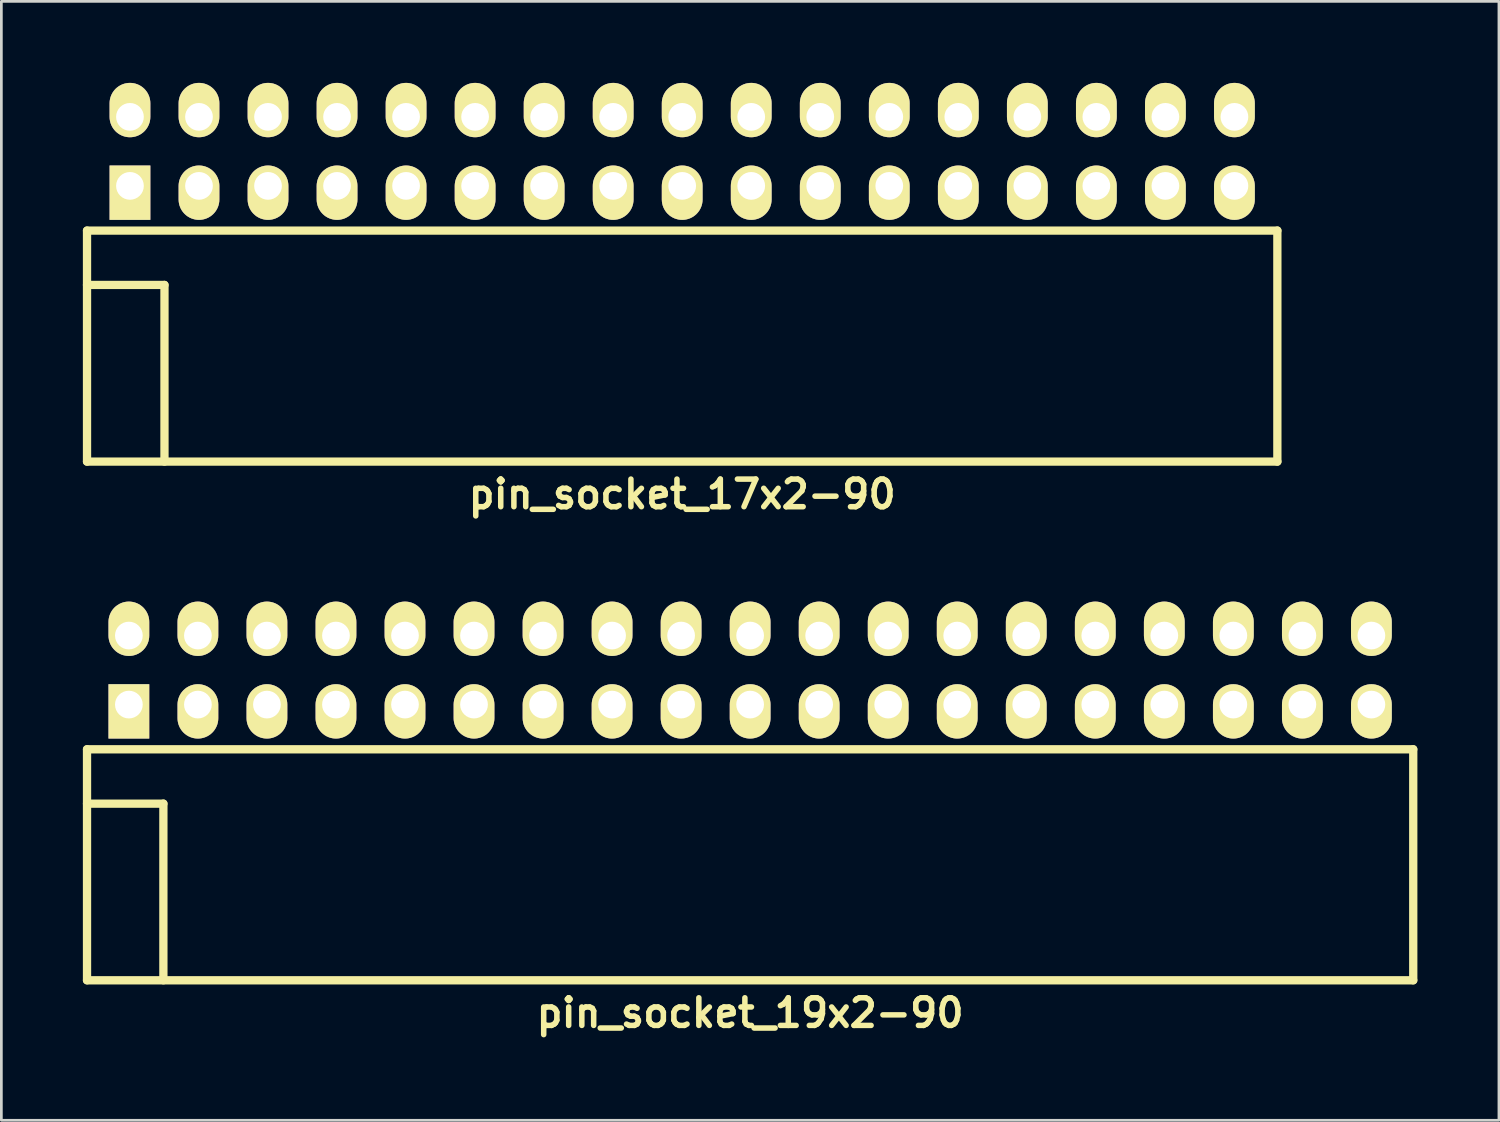
<source format=kicad_pcb>
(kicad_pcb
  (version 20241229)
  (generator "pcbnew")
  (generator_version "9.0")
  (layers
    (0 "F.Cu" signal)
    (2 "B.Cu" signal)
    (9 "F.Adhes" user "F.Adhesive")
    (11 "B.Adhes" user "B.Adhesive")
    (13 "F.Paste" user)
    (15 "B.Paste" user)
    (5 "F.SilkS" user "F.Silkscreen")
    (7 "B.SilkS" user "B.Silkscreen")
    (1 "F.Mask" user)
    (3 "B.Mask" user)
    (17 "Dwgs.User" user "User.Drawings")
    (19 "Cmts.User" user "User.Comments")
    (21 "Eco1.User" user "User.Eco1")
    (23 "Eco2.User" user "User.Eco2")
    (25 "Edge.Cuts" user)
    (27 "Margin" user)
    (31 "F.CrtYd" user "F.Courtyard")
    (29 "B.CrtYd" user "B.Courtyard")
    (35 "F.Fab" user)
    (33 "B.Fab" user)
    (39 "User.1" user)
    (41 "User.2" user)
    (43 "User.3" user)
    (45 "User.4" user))
  (footprint "pin_socket_17x2-90"
    (layer "F.Cu")
    (at 22.052 7.435)
    (property "Reference" "pin_socket_17x2-90" (at 0 7.7 0) (layer "F.SilkS") (effects (font (size 1.016 1.016) (thickness 0.203))))
    (attr through_hole)
    (fp_line (start -21.9 -2) (end -21.9 6.5) (stroke (width 0.305) (type solid)) (layer "F.SilkS"))
    (fp_line (start -21.9 -2) (end 21.9 -2) (stroke (width 0.305) (type solid)) (layer "F.SilkS"))
    (fp_line (start -21.9 0) (end -19.05 0) (stroke (width 0.305) (type solid)) (layer "F.SilkS"))
    (fp_line (start -21.9 6.5) (end 21.9 6.5) (stroke (width 0.305) (type solid)) (layer "F.SilkS"))
    (fp_line (start -19.05 0) (end -19.05 6.5) (stroke (width 0.305) (type solid)) (layer "F.SilkS"))
    (fp_line (start 21.9 -2) (end 21.9 6.5) (stroke (width 0.305) (type solid)) (layer "F.SilkS"))
    (pad "1" thru_hole rect (at -20.32 -3.645) (size 1.5 2) (drill 1.02 (offset 0 0.25)) (layers "*.Cu" "*.Mask" "F.SilkS"))
    (pad "2" thru_hole oval (at -20.32 -6.185) (size 1.5 2) (drill 1.02 (offset 0 -0.25)) (layers "*.Cu" "*.Mask" "F.SilkS"))
    (pad "3" thru_hole oval (at -17.78 -3.645) (size 1.5 2) (drill 1.02 (offset 0 0.25)) (layers "*.Cu" "*.Mask" "F.SilkS"))
    (pad "4" thru_hole oval (at -17.78 -6.185) (size 1.5 2) (drill 1.02 (offset 0 -0.25)) (layers "*.Cu" "*.Mask" "F.SilkS"))
    (pad "5" thru_hole oval (at -15.24 -3.645) (size 1.5 2) (drill 1.02 (offset 0 0.25)) (layers "*.Cu" "*.Mask" "F.SilkS"))
    (pad "6" thru_hole oval (at -15.24 -6.185) (size 1.5 2) (drill 1.02 (offset 0 -0.25)) (layers "*.Cu" "*.Mask" "F.SilkS"))
    (pad "7" thru_hole oval (at -12.7 -3.645) (size 1.5 2) (drill 1.02 (offset 0 0.25)) (layers "*.Cu" "*.Mask" "F.SilkS"))
    (pad "8" thru_hole oval (at -12.7 -6.185) (size 1.5 2) (drill 1.02 (offset 0 -0.25)) (layers "*.Cu" "*.Mask" "F.SilkS"))
    (pad "9" thru_hole oval (at -10.16 -3.645) (size 1.5 2) (drill 1.02 (offset 0 0.25)) (layers "*.Cu" "*.Mask" "F.SilkS"))
    (pad "10" thru_hole oval (at -10.16 -6.185) (size 1.5 2) (drill 1.02 (offset 0 -0.25)) (layers "*.Cu" "*.Mask" "F.SilkS"))
    (pad "11" thru_hole oval (at -7.62 -3.645) (size 1.5 2) (drill 1.02 (offset 0 0.25)) (layers "*.Cu" "*.Mask" "F.SilkS"))
    (pad "12" thru_hole oval (at -7.62 -6.185) (size 1.5 2) (drill 1.02 (offset 0 -0.25)) (layers "*.Cu" "*.Mask" "F.SilkS"))
    (pad "13" thru_hole oval (at -5.08 -3.645) (size 1.5 2) (drill 1.02 (offset 0 0.25)) (layers "*.Cu" "*.Mask" "F.SilkS"))
    (pad "14" thru_hole oval (at -5.08 -6.185) (size 1.5 2) (drill 1.02 (offset 0 -0.25)) (layers "*.Cu" "*.Mask" "F.SilkS"))
    (pad "15" thru_hole oval (at -2.54 -3.645) (size 1.5 2) (drill 1.02 (offset 0 0.25)) (layers "*.Cu" "*.Mask" "F.SilkS"))
    (pad "16" thru_hole oval (at -2.54 -6.185) (size 1.5 2) (drill 1.02 (offset 0 -0.25)) (layers "*.Cu" "*.Mask" "F.SilkS"))
    (pad "17" thru_hole oval (at 0 -3.645) (size 1.5 2) (drill 1.02 (offset 0 0.25)) (layers "*.Cu" "*.Mask" "F.SilkS"))
    (pad "18" thru_hole oval (at 0 -6.185) (size 1.5 2) (drill 1.02 (offset 0 -0.25)) (layers "*.Cu" "*.Mask" "F.SilkS"))
    (pad "19" thru_hole oval (at 2.54 -3.645) (size 1.5 2) (drill 1.02 (offset 0 0.25)) (layers "*.Cu" "*.Mask" "F.SilkS"))
    (pad "20" thru_hole oval (at 2.54 -6.185) (size 1.5 2) (drill 1.02 (offset 0 -0.25)) (layers "*.Cu" "*.Mask" "F.SilkS"))
    (pad "21" thru_hole oval (at 5.08 -3.645) (size 1.5 2) (drill 1.02 (offset 0 0.25)) (layers "*.Cu" "*.Mask" "F.SilkS"))
    (pad "22" thru_hole oval (at 5.08 -6.185) (size 1.5 2) (drill 1.02 (offset 0 -0.25)) (layers "*.Cu" "*.Mask" "F.SilkS"))
    (pad "23" thru_hole oval (at 7.62 -3.645) (size 1.5 2) (drill 1.02 (offset 0 0.25)) (layers "*.Cu" "*.Mask" "F.SilkS"))
    (pad "24" thru_hole oval (at 7.62 -6.185) (size 1.5 2) (drill 1.02 (offset 0 -0.25)) (layers "*.Cu" "*.Mask" "F.SilkS"))
    (pad "25" thru_hole oval (at 10.16 -3.645) (size 1.5 2) (drill 1.02 (offset 0 0.25)) (layers "*.Cu" "*.Mask" "F.SilkS"))
    (pad "26" thru_hole oval (at 10.16 -6.185) (size 1.5 2) (drill 1.02 (offset 0 -0.25)) (layers "*.Cu" "*.Mask" "F.SilkS"))
    (pad "27" thru_hole oval (at 12.7 -3.645) (size 1.5 2) (drill 1.02 (offset 0 0.25)) (layers "*.Cu" "*.Mask" "F.SilkS"))
    (pad "28" thru_hole oval (at 12.7 -6.185) (size 1.5 2) (drill 1.02 (offset 0 -0.25)) (layers "*.Cu" "*.Mask" "F.SilkS"))
    (pad "29" thru_hole oval (at 15.24 -3.645) (size 1.5 2) (drill 1.02 (offset 0 0.25)) (layers "*.Cu" "*.Mask" "F.SilkS"))
    (pad "30" thru_hole oval (at 15.24 -6.185) (size 1.5 2) (drill 1.02 (offset 0 -0.25)) (layers "*.Cu" "*.Mask" "F.SilkS"))
    (pad "31" thru_hole oval (at 17.78 -3.645) (size 1.5 2) (drill 1.02 (offset 0 0.25)) (layers "*.Cu" "*.Mask" "F.SilkS"))
    (pad "32" thru_hole oval (at 17.78 -6.185) (size 1.5 2) (drill 1.02 (offset 0 -0.25)) (layers "*.Cu" "*.Mask" "F.SilkS"))
    (pad "33" thru_hole oval (at 20.32 -3.645) (size 1.5 2) (drill 1.02 (offset 0 0.25)) (layers "*.Cu" "*.Mask" "F.SilkS"))
    (pad "34" thru_hole oval (at 20.32 -6.185) (size 1.5 2) (drill 1.02 (offset 0 -0.25)) (layers "*.Cu" "*.Mask" "F.SilkS")))
  (footprint "pin_socket_19x2-90"
    (layer "F.Cu")
    (at 24.552 26.521)
    (property "Reference" "pin_socket_19x2-90" (at 0 7.7 0) (layer "F.SilkS") (effects (font (size 1.016 1.016) (thickness 0.203))))
    (attr through_hole)
    (fp_line (start -24.4 -2) (end -24.4 6.5) (stroke (width 0.305) (type solid)) (layer "F.SilkS"))
    (fp_line (start -24.4 -2) (end 24.4 -2) (stroke (width 0.305) (type solid)) (layer "F.SilkS"))
    (fp_line (start -24.4 0) (end -21.59 0) (stroke (width 0.305) (type solid)) (layer "F.SilkS"))
    (fp_line (start -24.4 6.5) (end 24.4 6.5) (stroke (width 0.305) (type solid)) (layer "F.SilkS"))
    (fp_line (start -21.59 0) (end -21.59 6.5) (stroke (width 0.305) (type solid)) (layer "F.SilkS"))
    (fp_line (start 24.4 -2) (end 24.4 6.5) (stroke (width 0.305) (type solid)) (layer "F.SilkS"))
    (pad "1" thru_hole rect (at -22.86 -3.645) (size 1.5 2) (drill 1.02 (offset 0 0.25)) (layers "*.Cu" "*.Mask" "F.SilkS"))
    (pad "2" thru_hole oval (at -22.86 -6.185) (size 1.5 2) (drill 1.02 (offset 0 -0.25)) (layers "*.Cu" "*.Mask" "F.SilkS"))
    (pad "3" thru_hole oval (at -20.32 -3.645) (size 1.5 2) (drill 1.02 (offset 0 0.25)) (layers "*.Cu" "*.Mask" "F.SilkS"))
    (pad "4" thru_hole oval (at -20.32 -6.185) (size 1.5 2) (drill 1.02 (offset 0 -0.25)) (layers "*.Cu" "*.Mask" "F.SilkS"))
    (pad "5" thru_hole oval (at -17.78 -3.645) (size 1.5 2) (drill 1.02 (offset 0 0.25)) (layers "*.Cu" "*.Mask" "F.SilkS"))
    (pad "6" thru_hole oval (at -17.78 -6.185) (size 1.5 2) (drill 1.02 (offset 0 -0.25)) (layers "*.Cu" "*.Mask" "F.SilkS"))
    (pad "7" thru_hole oval (at -15.24 -3.645) (size 1.5 2) (drill 1.02 (offset 0 0.25)) (layers "*.Cu" "*.Mask" "F.SilkS"))
    (pad "8" thru_hole oval (at -15.24 -6.185) (size 1.5 2) (drill 1.02 (offset 0 -0.25)) (layers "*.Cu" "*.Mask" "F.SilkS"))
    (pad "9" thru_hole oval (at -12.7 -3.645) (size 1.5 2) (drill 1.02 (offset 0 0.25)) (layers "*.Cu" "*.Mask" "F.SilkS"))
    (pad "10" thru_hole oval (at -12.7 -6.185) (size 1.5 2) (drill 1.02 (offset 0 -0.25)) (layers "*.Cu" "*.Mask" "F.SilkS"))
    (pad "11" thru_hole oval (at -10.16 -3.645) (size 1.5 2) (drill 1.02 (offset 0 0.25)) (layers "*.Cu" "*.Mask" "F.SilkS"))
    (pad "12" thru_hole oval (at -10.16 -6.185) (size 1.5 2) (drill 1.02 (offset 0 -0.25)) (layers "*.Cu" "*.Mask" "F.SilkS"))
    (pad "13" thru_hole oval (at -7.62 -3.645) (size 1.5 2) (drill 1.02 (offset 0 0.25)) (layers "*.Cu" "*.Mask" "F.SilkS"))
    (pad "14" thru_hole oval (at -7.62 -6.185) (size 1.5 2) (drill 1.02 (offset 0 -0.25)) (layers "*.Cu" "*.Mask" "F.SilkS"))
    (pad "15" thru_hole oval (at -5.08 -3.645) (size 1.5 2) (drill 1.02 (offset 0 0.25)) (layers "*.Cu" "*.Mask" "F.SilkS"))
    (pad "16" thru_hole oval (at -5.08 -6.185) (size 1.5 2) (drill 1.02 (offset 0 -0.25)) (layers "*.Cu" "*.Mask" "F.SilkS"))
    (pad "17" thru_hole oval (at -2.54 -3.645) (size 1.5 2) (drill 1.02 (offset 0 0.25)) (layers "*.Cu" "*.Mask" "F.SilkS"))
    (pad "18" thru_hole oval (at -2.54 -6.185) (size 1.5 2) (drill 1.02 (offset 0 -0.25)) (layers "*.Cu" "*.Mask" "F.SilkS"))
    (pad "19" thru_hole oval (at 0 -3.645) (size 1.5 2) (drill 1.02 (offset 0 0.25)) (layers "*.Cu" "*.Mask" "F.SilkS"))
    (pad "20" thru_hole oval (at 0 -6.185) (size 1.5 2) (drill 1.02 (offset 0 -0.25)) (layers "*.Cu" "*.Mask" "F.SilkS"))
    (pad "21" thru_hole oval (at 2.54 -3.645) (size 1.5 2) (drill 1.02 (offset 0 0.25)) (layers "*.Cu" "*.Mask" "F.SilkS"))
    (pad "22" thru_hole oval (at 2.54 -6.185) (size 1.5 2) (drill 1.02 (offset 0 -0.25)) (layers "*.Cu" "*.Mask" "F.SilkS"))
    (pad "23" thru_hole oval (at 5.08 -3.645) (size 1.5 2) (drill 1.02 (offset 0 0.25)) (layers "*.Cu" "*.Mask" "F.SilkS"))
    (pad "24" thru_hole oval (at 5.08 -6.185) (size 1.5 2) (drill 1.02 (offset 0 -0.25)) (layers "*.Cu" "*.Mask" "F.SilkS"))
    (pad "25" thru_hole oval (at 7.62 -3.645) (size 1.5 2) (drill 1.02 (offset 0 0.25)) (layers "*.Cu" "*.Mask" "F.SilkS"))
    (pad "26" thru_hole oval (at 7.62 -6.185) (size 1.5 2) (drill 1.02 (offset 0 -0.25)) (layers "*.Cu" "*.Mask" "F.SilkS"))
    (pad "27" thru_hole oval (at 10.16 -3.645) (size 1.5 2) (drill 1.02 (offset 0 0.25)) (layers "*.Cu" "*.Mask" "F.SilkS"))
    (pad "28" thru_hole oval (at 10.16 -6.185) (size 1.5 2) (drill 1.02 (offset 0 -0.25)) (layers "*.Cu" "*.Mask" "F.SilkS"))
    (pad "29" thru_hole oval (at 12.7 -3.645) (size 1.5 2) (drill 1.02 (offset 0 0.25)) (layers "*.Cu" "*.Mask" "F.SilkS"))
    (pad "30" thru_hole oval (at 12.7 -6.185) (size 1.5 2) (drill 1.02 (offset 0 -0.25)) (layers "*.Cu" "*.Mask" "F.SilkS"))
    (pad "31" thru_hole oval (at 15.24 -3.645) (size 1.5 2) (drill 1.02 (offset 0 0.25)) (layers "*.Cu" "*.Mask" "F.SilkS"))
    (pad "32" thru_hole oval (at 15.24 -6.185) (size 1.5 2) (drill 1.02 (offset 0 -0.25)) (layers "*.Cu" "*.Mask" "F.SilkS"))
    (pad "33" thru_hole oval (at 17.78 -3.645) (size 1.5 2) (drill 1.02 (offset 0 0.25)) (layers "*.Cu" "*.Mask" "F.SilkS"))
    (pad "34" thru_hole oval (at 17.78 -6.185) (size 1.5 2) (drill 1.02 (offset 0 -0.25)) (layers "*.Cu" "*.Mask" "F.SilkS"))
    (pad "35" thru_hole oval (at 20.32 -3.645) (size 1.5 2) (drill 1.02 (offset 0 0.25)) (layers "*.Cu" "*.Mask" "F.SilkS"))
    (pad "36" thru_hole oval (at 20.32 -6.185) (size 1.5 2) (drill 1.02 (offset 0 -0.25)) (layers "*.Cu" "*.Mask" "F.SilkS"))
    (pad "37" thru_hole oval (at 22.86 -3.645) (size 1.5 2) (drill 1.02 (offset 0 0.25)) (layers "*.Cu" "*.Mask" "F.SilkS"))
    (pad "38" thru_hole oval (at 22.86 -6.185) (size 1.5 2) (drill 1.02 (offset 0 -0.25)) (layers "*.Cu" "*.Mask" "F.SilkS")))
  (gr_rect
    (start -3 -3)
    (end 52.105 38.172)
    (stroke (width 0.1) (type default))
    (fill no)
    (layer "Edge.Cuts")))
</source>
